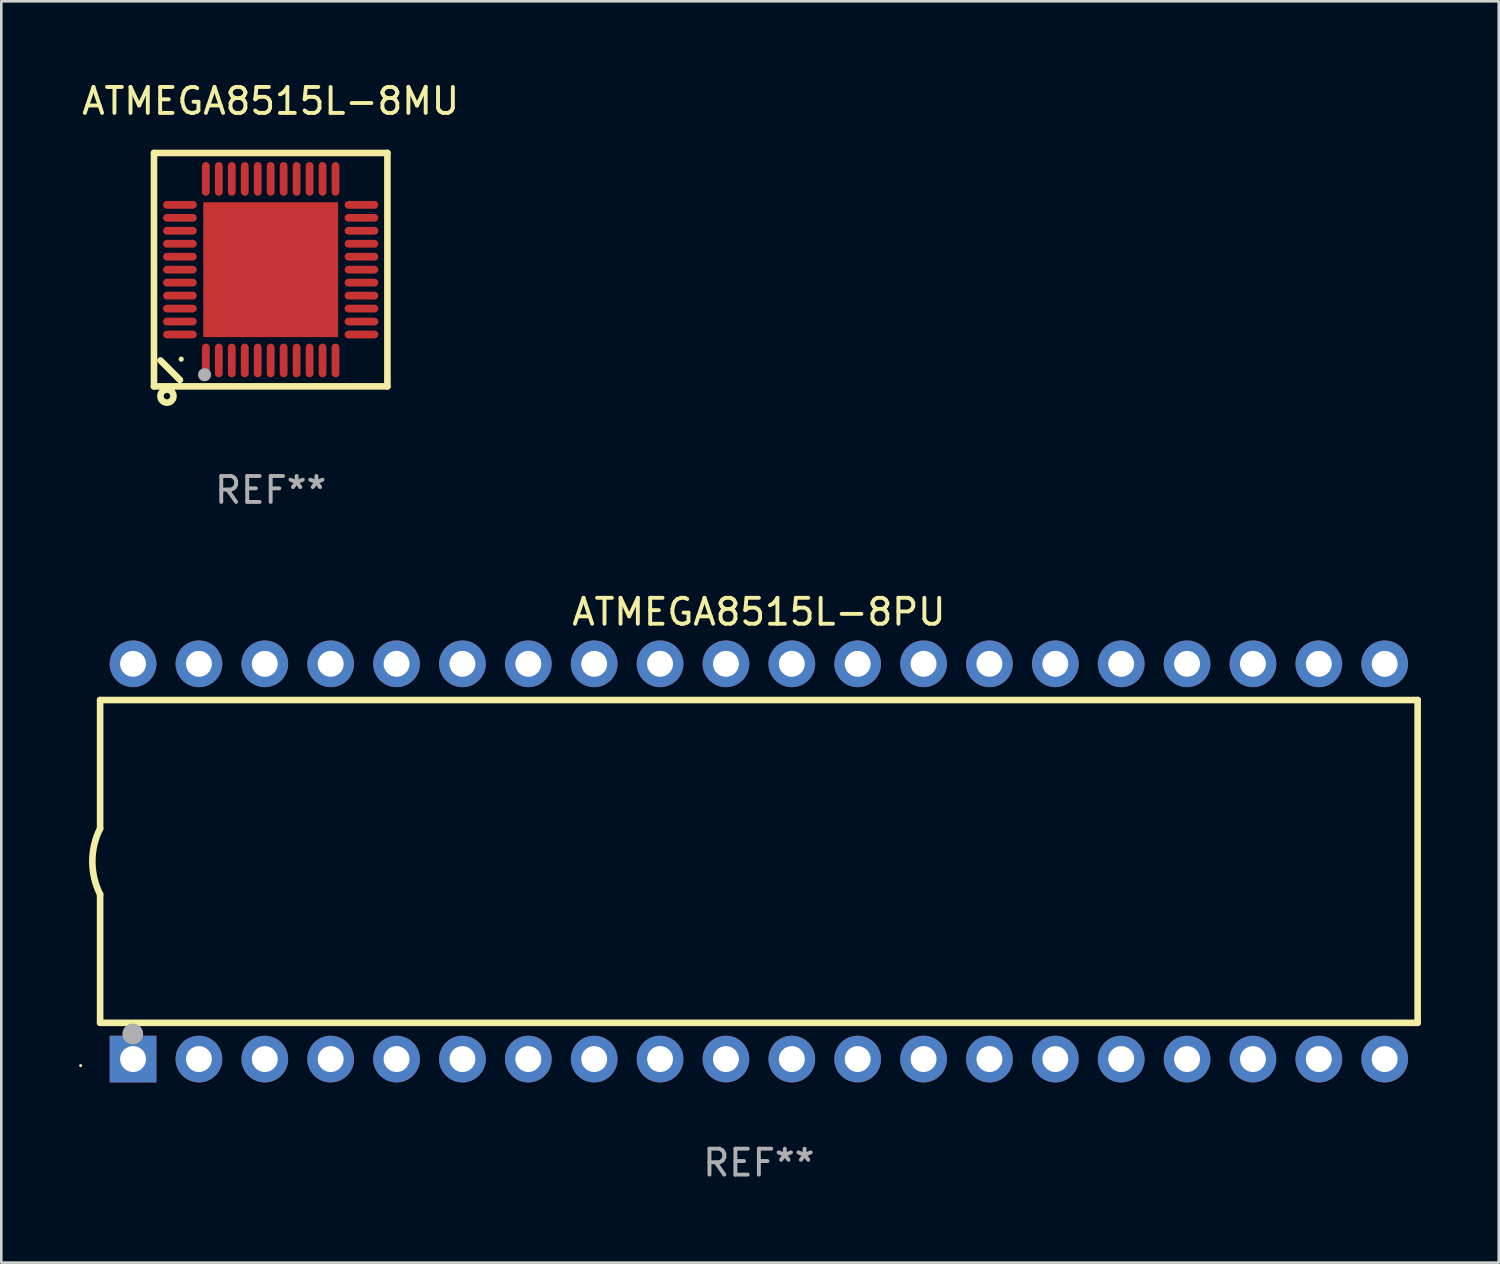
<source format=kicad_pcb>
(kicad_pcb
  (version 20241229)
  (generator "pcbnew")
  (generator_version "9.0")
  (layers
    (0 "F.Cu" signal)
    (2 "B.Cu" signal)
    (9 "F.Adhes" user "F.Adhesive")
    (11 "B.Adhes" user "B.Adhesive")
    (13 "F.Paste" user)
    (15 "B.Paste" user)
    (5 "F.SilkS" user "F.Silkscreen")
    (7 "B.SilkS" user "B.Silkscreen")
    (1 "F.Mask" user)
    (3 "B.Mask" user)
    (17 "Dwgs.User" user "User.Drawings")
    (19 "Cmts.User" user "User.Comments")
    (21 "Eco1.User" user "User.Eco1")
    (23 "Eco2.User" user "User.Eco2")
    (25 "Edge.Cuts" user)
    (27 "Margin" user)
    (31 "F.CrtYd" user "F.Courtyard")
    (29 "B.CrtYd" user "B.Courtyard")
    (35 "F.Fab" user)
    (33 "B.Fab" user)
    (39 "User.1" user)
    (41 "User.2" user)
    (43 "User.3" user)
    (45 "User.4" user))
  (footprint "ATMEGA8515L-8PU"
    (layer "F.Cu")
    (at 26.21 30.165)
    (property "Reference" "ATMEGA8515L-8PU" (at 0 -9.62 0) (layer "F.SilkS") (effects (font (size 1 1) (thickness 0.15))))
    (attr through_hole)
    (fp_line (start -25.4 -6.224) (end -25.4 -1.271) (stroke (width 0.254) (type solid)) (layer "F.SilkS"))
    (fp_line (start -25.4 -6.224) (end 25.4 -6.224) (stroke (width 0.254) (type solid)) (layer "F.SilkS"))
    (fp_line (start -25.4 1.269) (end -25.4 6.222) (stroke (width 0.254) (type solid)) (layer "F.SilkS"))
    (fp_line (start -25.4 6.222) (end 25.4 6.222) (stroke (width 0.254) (type solid)) (layer "F.SilkS"))
    (fp_line (start 25.4 6.222) (end 25.4 -6.224) (stroke (width 0.254) (type solid)) (layer "F.SilkS"))
    (fp_arc (start -25.4 1.269241) (mid -25.699807 -0.000762) (end -25.4 -1.270765) (stroke (width 0.254001) (type solid)) (layer "F.SilkS"))
    (fp_circle (center -26.15 7.87) (end -26.12 7.87) (stroke (width 0.06) (type solid)) (fill no) (layer "F.SilkS"))
    (fp_circle (center -24.14 6.65) (end -23.94 6.65) (stroke (width 0.4) (type solid)) (fill no) (layer "F.Fab"))
    (fp_text user "REF**" (at 0 11.62 0) (layer "F.Fab") (effects (font (size 1 1) (thickness 0.15))))
    (pad "1" thru_hole rect (at -24.13 7.62 90) (size 1.8 1.8) (drill 1) (layers "*.Cu" "*.Mask"))
    (pad "2" thru_hole circle (at -21.59 7.62) (size 1.8 1.8) (drill 1) (layers "*.Cu" "*.Mask"))
    (pad "3" thru_hole circle (at -19.05 7.62) (size 1.8 1.8) (drill 1) (layers "*.Cu" "*.Mask"))
    (pad "4" thru_hole circle (at -16.51 7.62) (size 1.8 1.8) (drill 1) (layers "*.Cu" "*.Mask"))
    (pad "5" thru_hole circle (at -13.97 7.62) (size 1.8 1.8) (drill 1) (layers "*.Cu" "*.Mask"))
    (pad "6" thru_hole circle (at -11.43 7.62) (size 1.8 1.8) (drill 1) (layers "*.Cu" "*.Mask"))
    (pad "7" thru_hole circle (at -8.89 7.62) (size 1.8 1.8) (drill 1) (layers "*.Cu" "*.Mask"))
    (pad "8" thru_hole circle (at -6.35 7.62) (size 1.8 1.8) (drill 1) (layers "*.Cu" "*.Mask"))
    (pad "9" thru_hole circle (at -3.81 7.62) (size 1.8 1.8) (drill 1) (layers "*.Cu" "*.Mask"))
    (pad "10" thru_hole circle (at -1.27 7.62) (size 1.8 1.8) (drill 1) (layers "*.Cu" "*.Mask"))
    (pad "11" thru_hole circle (at 1.27 7.62) (size 1.8 1.8) (drill 1) (layers "*.Cu" "*.Mask"))
    (pad "12" thru_hole circle (at 3.81 7.62) (size 1.8 1.8) (drill 1) (layers "*.Cu" "*.Mask"))
    (pad "13" thru_hole circle (at 6.35 7.62) (size 1.8 1.8) (drill 1) (layers "*.Cu" "*.Mask"))
    (pad "14" thru_hole circle (at 8.89 7.62) (size 1.8 1.8) (drill 1) (layers "*.Cu" "*.Mask"))
    (pad "15" thru_hole circle (at 11.43 7.62) (size 1.8 1.8) (drill 1) (layers "*.Cu" "*.Mask"))
    (pad "16" thru_hole circle (at 13.97 7.62) (size 1.8 1.8) (drill 1) (layers "*.Cu" "*.Mask"))
    (pad "17" thru_hole circle (at 16.51 7.62) (size 1.8 1.8) (drill 1) (layers "*.Cu" "*.Mask"))
    (pad "18" thru_hole circle (at 19.05 7.62) (size 1.8 1.8) (drill 1) (layers "*.Cu" "*.Mask"))
    (pad "19" thru_hole circle (at 21.59 7.62) (size 1.8 1.8) (drill 1) (layers "*.Cu" "*.Mask"))
    (pad "20" thru_hole circle (at 24.13 7.62) (size 1.8 1.8) (drill 1) (layers "*.Cu" "*.Mask"))
    (pad "21" thru_hole circle (at 24.13 -7.62) (size 1.8 1.8) (drill 1) (layers "*.Cu" "*.Mask"))
    (pad "22" thru_hole circle (at 21.59 -7.62) (size 1.8 1.8) (drill 1) (layers "*.Cu" "*.Mask"))
    (pad "23" thru_hole circle (at 19.05 -7.62) (size 1.8 1.8) (drill 1) (layers "*.Cu" "*.Mask"))
    (pad "24" thru_hole circle (at 16.51 -7.62) (size 1.8 1.8) (drill 1) (layers "*.Cu" "*.Mask"))
    (pad "25" thru_hole circle (at 13.97 -7.62) (size 1.8 1.8) (drill 1) (layers "*.Cu" "*.Mask"))
    (pad "26" thru_hole circle (at 11.43 -7.62) (size 1.8 1.8) (drill 1) (layers "*.Cu" "*.Mask"))
    (pad "27" thru_hole circle (at 8.89 -7.62) (size 1.8 1.8) (drill 1) (layers "*.Cu" "*.Mask"))
    (pad "28" thru_hole circle (at 6.35 -7.62) (size 1.8 1.8) (drill 1) (layers "*.Cu" "*.Mask"))
    (pad "29" thru_hole circle (at 3.81 -7.62) (size 1.8 1.8) (drill 1) (layers "*.Cu" "*.Mask"))
    (pad "30" thru_hole circle (at 1.27 -7.62) (size 1.8 1.8) (drill 1) (layers "*.Cu" "*.Mask"))
    (pad "31" thru_hole circle (at -1.27 -7.62) (size 1.8 1.8) (drill 1) (layers "*.Cu" "*.Mask"))
    (pad "32" thru_hole circle (at -3.81 -7.62) (size 1.8 1.8) (drill 1) (layers "*.Cu" "*.Mask"))
    (pad "33" thru_hole circle (at -6.35 -7.62) (size 1.8 1.8) (drill 1) (layers "*.Cu" "*.Mask"))
    (pad "34" thru_hole circle (at -8.89 -7.62) (size 1.8 1.8) (drill 1) (layers "*.Cu" "*.Mask"))
    (pad "35" thru_hole circle (at -11.43 -7.62) (size 1.8 1.8) (drill 1) (layers "*.Cu" "*.Mask"))
    (pad "36" thru_hole circle (at -13.97 -7.62) (size 1.8 1.8) (drill 1) (layers "*.Cu" "*.Mask"))
    (pad "37" thru_hole circle (at -16.51 -7.62) (size 1.8 1.8) (drill 1) (layers "*.Cu" "*.Mask"))
    (pad "38" thru_hole circle (at -19.05 -7.62) (size 1.8 1.8) (drill 1) (layers "*.Cu" "*.Mask"))
    (pad "39" thru_hole circle (at -21.59 -7.62) (size 1.8 1.8) (drill 1) (layers "*.Cu" "*.Mask"))
    (pad "40" thru_hole circle (at -24.13 -7.62) (size 1.8 1.8) (drill 1) (layers "*.Cu" "*.Mask")))
  (footprint "ATMEGA8515L-8MU"
    (layer "F.Cu")
    (at 7.387 7.348)
    (property "Reference" "ATMEGA8515L-8MU" (at 0 -6.5 0) (layer "F.SilkS") (effects (font (size 1 1) (thickness 0.15))))
    (attr through_hole)
    (fp_line (start -4.5 -4.5) (end -4.5 4.5) (stroke (width 0.254) (type solid)) (layer "F.SilkS"))
    (fp_line (start -4.5 4.5) (end 4.5 4.5) (stroke (width 0.254) (type solid)) (layer "F.SilkS"))
    (fp_line (start -3.5 4.25) (end -4.25 3.5) (stroke (width 0.254) (type solid)) (layer "F.SilkS"))
    (fp_line (start 4.5 -4.5) (end -4.5 -4.5) (stroke (width 0.254) (type solid)) (layer "F.SilkS"))
    (fp_line (start 4.5 4.5) (end 4.5 -4.5) (stroke (width 0.254) (type solid)) (layer "F.SilkS"))
    (fp_circle (center -4 4.875) (end -3.875 4.875) (stroke (width 0.254) (type solid)) (fill no) (layer "F.SilkS"))
    (fp_circle (center -3.45 3.45) (end -3.4 3.45) (stroke (width 0.1) (type solid)) (fill no) (layer "F.SilkS"))
    (fp_circle (center -2.55 4.05) (end -2.423 4.05) (stroke (width 0.254) (type solid)) (fill no) (layer "F.Fab"))
    (fp_text user "REF**" (at 0 8.5 0) (layer "F.Fab") (effects (font (size 1 1) (thickness 0.15))))
    (pad "1" smd oval (at -2.5 3.5 90) (size 1.3 0.3) (layers "F.Cu" "F.Mask" "F.Paste"))
    (pad "2" smd oval (at -2 3.5 90) (size 1.3 0.3) (layers "F.Cu" "F.Mask" "F.Paste"))
    (pad "3" smd oval (at -1.5 3.5 90) (size 1.3 0.3) (layers "F.Cu" "F.Mask" "F.Paste"))
    (pad "4" smd oval (at -1 3.5 90) (size 1.3 0.3) (layers "F.Cu" "F.Mask" "F.Paste"))
    (pad "5" smd oval (at -0.5 3.5 90) (size 1.3 0.3) (layers "F.Cu" "F.Mask" "F.Paste"))
    (pad "6" smd oval (at 0.000025 3.5 90) (size 1.3 0.3) (layers "F.Cu" "F.Mask" "F.Paste"))
    (pad "7" smd oval (at 0.5 3.5 90) (size 1.3 0.3) (layers "F.Cu" "F.Mask" "F.Paste"))
    (pad "8" smd oval (at 1 3.5 90) (size 1.3 0.3) (layers "F.Cu" "F.Mask" "F.Paste"))
    (pad "9" smd oval (at 1.5 3.5 90) (size 1.3 0.3) (layers "F.Cu" "F.Mask" "F.Paste"))
    (pad "10" smd oval (at 2 3.5 90) (size 1.3 0.3) (layers "F.Cu" "F.Mask" "F.Paste"))
    (pad "11" smd oval (at 2.5 3.5 90) (size 1.3 0.3) (layers "F.Cu" "F.Mask" "F.Paste"))
    (pad "12" smd oval (at 3.5 2.5 90) (size 0.3 1.3) (layers "F.Cu" "F.Mask" "F.Paste"))
    (pad "13" smd oval (at 3.5 2 90) (size 0.3 1.3) (layers "F.Cu" "F.Mask" "F.Paste"))
    (pad "14" smd oval (at 3.5 1.5 90) (size 0.3 1.3) (layers "F.Cu" "F.Mask" "F.Paste"))
    (pad "15" smd oval (at 3.5 1 90) (size 0.3 1.3) (layers "F.Cu" "F.Mask" "F.Paste"))
    (pad "16" smd oval (at 3.5 0.5 90) (size 0.3 1.3) (layers "F.Cu" "F.Mask" "F.Paste"))
    (pad "17" smd oval (at 3.5 0.000025 90) (size 0.3 1.3) (layers "F.Cu" "F.Mask" "F.Paste"))
    (pad "18" smd oval (at 3.5 -0.5 90) (size 0.3 1.3) (layers "F.Cu" "F.Mask" "F.Paste"))
    (pad "19" smd oval (at 3.5 -1 90) (size 0.3 1.3) (layers "F.Cu" "F.Mask" "F.Paste"))
    (pad "20" smd oval (at 3.5 -1.5 90) (size 0.3 1.3) (layers "F.Cu" "F.Mask" "F.Paste"))
    (pad "21" smd oval (at 3.5 -2 90) (size 0.3 1.3) (layers "F.Cu" "F.Mask" "F.Paste"))
    (pad "22" smd oval (at 3.5 -2.5 90) (size 0.3 1.3) (layers "F.Cu" "F.Mask" "F.Paste"))
    (pad "23" smd oval (at 2.5 -3.5 90) (size 1.3 0.3) (layers "F.Cu" "F.Mask" "F.Paste"))
    (pad "24" smd oval (at 2 -3.5 90) (size 1.3 0.3) (layers "F.Cu" "F.Mask" "F.Paste"))
    (pad "25" smd oval (at 1.5 -3.5 90) (size 1.3 0.3) (layers "F.Cu" "F.Mask" "F.Paste"))
    (pad "26" smd oval (at 1 -3.5 90) (size 1.3 0.3) (layers "F.Cu" "F.Mask" "F.Paste"))
    (pad "27" smd oval (at 0.5 -3.5 90) (size 1.3 0.3) (layers "F.Cu" "F.Mask" "F.Paste"))
    (pad "28" smd oval (at 0.000025 -3.5 90) (size 1.3 0.3) (layers "F.Cu" "F.Mask" "F.Paste"))
    (pad "29" smd oval (at -0.5 -3.5 90) (size 1.3 0.3) (layers "F.Cu" "F.Mask" "F.Paste"))
    (pad "30" smd oval (at -1 -3.5 90) (size 1.3 0.3) (layers "F.Cu" "F.Mask" "F.Paste"))
    (pad "31" smd oval (at -1.5 -3.5 90) (size 1.3 0.3) (layers "F.Cu" "F.Mask" "F.Paste"))
    (pad "32" smd oval (at -2 -3.5 90) (size 1.3 0.3) (layers "F.Cu" "F.Mask" "F.Paste"))
    (pad "33" smd oval (at -2.5 -3.5 90) (size 1.3 0.3) (layers "F.Cu" "F.Mask" "F.Paste"))
    (pad "34" smd oval (at -3.5 -2.5 90) (size 0.3 1.3) (layers "F.Cu" "F.Mask" "F.Paste"))
    (pad "35" smd oval (at -3.5 -2 90) (size 0.3 1.3) (layers "F.Cu" "F.Mask" "F.Paste"))
    (pad "36" smd oval (at -3.5 -1.5 90) (size 0.3 1.3) (layers "F.Cu" "F.Mask" "F.Paste"))
    (pad "37" smd oval (at -3.5 -1 90) (size 0.3 1.3) (layers "F.Cu" "F.Mask" "F.Paste"))
    (pad "38" smd oval (at -3.5 -0.5 90) (size 0.3 1.3) (layers "F.Cu" "F.Mask" "F.Paste"))
    (pad "39" smd oval (at -3.5 0.000025 90) (size 0.3 1.3) (layers "F.Cu" "F.Mask" "F.Paste"))
    (pad "40" smd oval (at -3.5 0.5 90) (size 0.3 1.3) (layers "F.Cu" "F.Mask" "F.Paste"))
    (pad "41" smd oval (at -3.5 1 90) (size 0.3 1.3) (layers "F.Cu" "F.Mask" "F.Paste"))
    (pad "42" smd oval (at -3.5 1.5 90) (size 0.3 1.3) (layers "F.Cu" "F.Mask" "F.Paste"))
    (pad "43" smd oval (at -3.5 2 90) (size 0.3 1.3) (layers "F.Cu" "F.Mask" "F.Paste"))
    (pad "44" smd oval (at -3.5 2.5 90) (size 0.3 1.3) (layers "F.Cu" "F.Mask" "F.Paste"))
    (pad "45" smd rect (at 0.000025 0.000025 90) (size 5.2 5.2) (layers "F.Cu" "F.Mask" "F.Paste")))
  (gr_rect
    (start -3 -3)
    (end 54.737 45.633)
    (stroke (width 0.1) (type default))
    (fill no)
    (layer "Edge.Cuts")))
</source>
